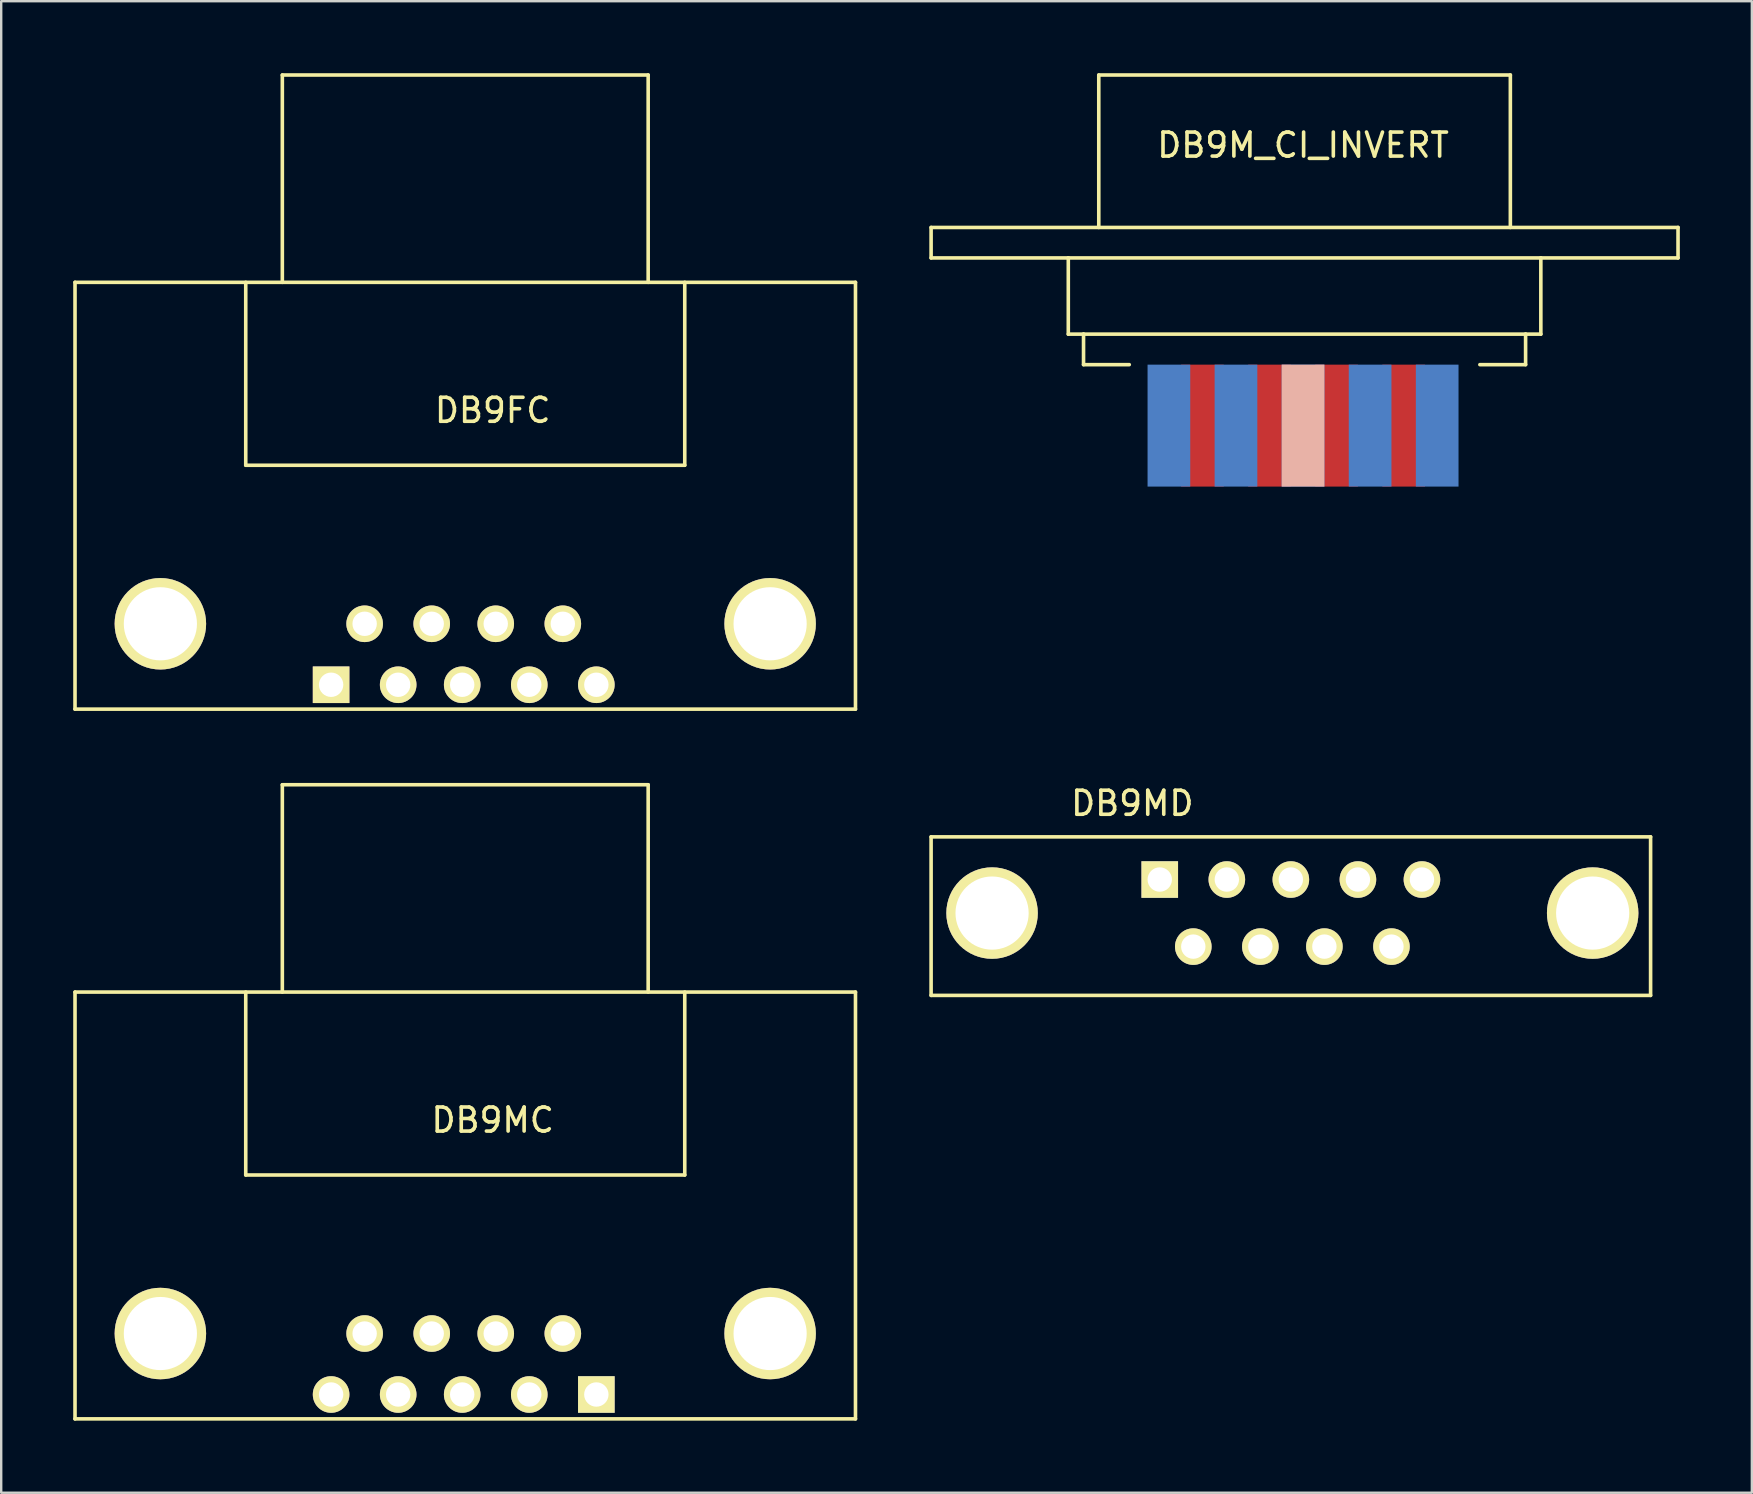
<source format=kicad_pcb>
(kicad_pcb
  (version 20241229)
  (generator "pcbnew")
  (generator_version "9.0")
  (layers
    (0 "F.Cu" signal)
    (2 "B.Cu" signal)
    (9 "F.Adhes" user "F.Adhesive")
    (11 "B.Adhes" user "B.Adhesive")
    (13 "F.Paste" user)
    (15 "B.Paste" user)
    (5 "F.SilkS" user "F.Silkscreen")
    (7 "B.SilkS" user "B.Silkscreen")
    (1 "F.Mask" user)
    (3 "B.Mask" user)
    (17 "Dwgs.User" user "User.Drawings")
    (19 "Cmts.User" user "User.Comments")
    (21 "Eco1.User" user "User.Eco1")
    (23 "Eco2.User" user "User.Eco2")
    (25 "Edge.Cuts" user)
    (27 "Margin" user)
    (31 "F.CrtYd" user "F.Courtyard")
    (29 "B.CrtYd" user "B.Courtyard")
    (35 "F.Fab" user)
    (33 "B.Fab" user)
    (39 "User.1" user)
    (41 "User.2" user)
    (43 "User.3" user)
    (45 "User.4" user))
  (footprint "DB9FC"
    (layer "F.Cu")
    (at 16.204 24.205)
    (property "Reference" "DB9FC" (at 1.27 -10.16 0) (layer "F.SilkS") (effects (font (size 1 1) (thickness 0.15))))
    (attr through_hole)
    (fp_line (start -16.129 -15.494) (end -16.129 2.286) (stroke (width 0.15) (type solid)) (layer "F.SilkS"))
    (fp_line (start -16.129 2.286) (end 16.383 2.286) (stroke (width 0.15) (type solid)) (layer "F.SilkS"))
    (fp_line (start -9.017 -15.494) (end -9.017 -7.874) (stroke (width 0.15) (type solid)) (layer "F.SilkS"))
    (fp_line (start -9.017 -7.874) (end 9.271 -7.874) (stroke (width 0.15) (type solid)) (layer "F.SilkS"))
    (fp_line (start -7.493 -24.13) (end 7.747 -24.13) (stroke (width 0.15) (type solid)) (layer "F.SilkS"))
    (fp_line (start -7.493 -15.494) (end -7.493 -24.13) (stroke (width 0.15) (type solid)) (layer "F.SilkS"))
    (fp_line (start 7.747 -24.13) (end 7.747 -15.494) (stroke (width 0.15) (type solid)) (layer "F.SilkS"))
    (fp_line (start 9.271 -7.874) (end 9.271 -15.494) (stroke (width 0.15) (type solid)) (layer "F.SilkS"))
    (fp_line (start 16.383 -15.494) (end -16.129 -15.494) (stroke (width 0.15) (type solid)) (layer "F.SilkS"))
    (fp_line (start 16.383 2.286) (end 16.383 -15.494) (stroke (width 0.15) (type solid)) (layer "F.SilkS"))
    (pad "" thru_hole circle (at -12.573 -1.27) (size 3.81 3.81) (drill 3.048) (layers "*.Cu" "*.Mask" "F.SilkS"))
    (pad "" thru_hole circle (at 12.827 -1.27) (size 3.81 3.81) (drill 3.048) (layers "*.Cu" "*.Mask" "F.SilkS"))
    (pad "1" thru_hole rect (at -5.461 1.27) (size 1.524 1.524) (drill 1.016) (layers "*.Cu" "*.Mask" "F.SilkS"))
    (pad "2" thru_hole circle (at -2.667 1.27) (size 1.524 1.524) (drill 1.016) (layers "*.Cu" "*.Mask" "F.SilkS"))
    (pad "3" thru_hole circle (at 0 1.27) (size 1.524 1.524) (drill 1.016) (layers "*.Cu" "*.Mask" "F.SilkS"))
    (pad "4" thru_hole circle (at 2.794 1.27) (size 1.524 1.524) (drill 1.016) (layers "*.Cu" "*.Mask" "F.SilkS"))
    (pad "5" thru_hole circle (at 5.588 1.27) (size 1.524 1.524) (drill 1.016) (layers "*.Cu" "*.Mask" "F.SilkS"))
    (pad "6" thru_hole circle (at -4.064 -1.27) (size 1.524 1.524) (drill 1.016) (layers "*.Cu" "*.Mask" "F.SilkS"))
    (pad "7" thru_hole circle (at -1.27 -1.27) (size 1.524 1.524) (drill 1.016) (layers "*.Cu" "*.Mask" "F.SilkS"))
    (pad "8" thru_hole circle (at 1.397 -1.27) (size 1.524 1.524) (drill 1.016) (layers "*.Cu" "*.Mask" "F.SilkS"))
    (pad "9" thru_hole circle (at 4.191 -1.27) (size 1.524 1.524) (drill 1.016) (layers "*.Cu" "*.Mask" "F.SilkS")))
  (footprint "DB9MD"
    (layer "F.Cu")
    (at 50.723 34.986)
    (property "Reference" "DB9MD" (at -6.604 -4.572 0) (layer "F.SilkS") (effects (font (size 1 1) (thickness 0.15))))
    (attr through_hole)
    (fp_line (start -14.986 -3.175) (end -14.986 3.429) (stroke (width 0.15) (type solid)) (layer "F.SilkS"))
    (fp_line (start -14.986 3.429) (end 14.986 3.429) (stroke (width 0.15) (type solid)) (layer "F.SilkS"))
    (fp_line (start 14.986 -3.175) (end -14.986 -3.175) (stroke (width 0.15) (type solid)) (layer "F.SilkS"))
    (fp_line (start 14.986 3.429) (end 14.986 -3.175) (stroke (width 0.15) (type solid)) (layer "F.SilkS"))
    (pad "0" thru_hole circle (at -12.446 0) (size 3.81 3.81) (drill 3.048) (layers "*.Cu" "*.Mask" "F.SilkS"))
    (pad "0" thru_hole circle (at 12.573 0) (size 3.81 3.81) (drill 3.048) (layers "*.Cu" "*.Mask" "F.SilkS"))
    (pad "1" thru_hole rect (at -5.461 -1.397) (size 1.524 1.524) (drill 1.016) (layers "*.Cu" "*.Mask" "F.SilkS"))
    (pad "2" thru_hole circle (at -2.667 -1.397) (size 1.524 1.524) (drill 1.016) (layers "*.Cu" "*.Mask" "F.SilkS"))
    (pad "3" thru_hole circle (at 0 -1.397) (size 1.524 1.524) (drill 1.016) (layers "*.Cu" "*.Mask" "F.SilkS"))
    (pad "4" thru_hole circle (at 2.794 -1.397) (size 1.524 1.524) (drill 1.016) (layers "*.Cu" "*.Mask" "F.SilkS"))
    (pad "5" thru_hole circle (at 5.461 -1.397) (size 1.524 1.524) (drill 1.016) (layers "*.Cu" "*.Mask" "F.SilkS"))
    (pad "6" thru_hole circle (at -4.064 1.397) (size 1.524 1.524) (drill 1.016) (layers "*.Cu" "*.Mask" "F.SilkS"))
    (pad "7" thru_hole circle (at -1.27 1.397) (size 1.524 1.524) (drill 1.016) (layers "*.Cu" "*.Mask" "F.SilkS"))
    (pad "8" thru_hole circle (at 1.397 1.397) (size 1.524 1.524) (drill 1.016) (layers "*.Cu" "*.Mask" "F.SilkS"))
    (pad "9" thru_hole circle (at 4.191 1.397) (size 1.524 1.524) (drill 1.016) (layers "*.Cu" "*.Mask" "F.SilkS")))
  (footprint "DB9M_CI_INVERT"
    (layer "F.Cu")
    (at 51.231 12.14)
    (property "Reference" "DB9M_CI_INVERT" (at 0 -9.144 0) (layer "F.SilkS") (effects (font (size 1 1) (thickness 0.15))))
    (attr through_hole)
    (fp_line (start -15.494 -5.715) (end 15.621 -5.715) (stroke (width 0.15) (type solid)) (layer "F.SilkS"))
    (fp_line (start -15.494 -4.445) (end -15.494 -5.715) (stroke (width 0.15) (type solid)) (layer "F.SilkS"))
    (fp_line (start -9.779 -4.445) (end -15.494 -4.445) (stroke (width 0.15) (type solid)) (layer "F.SilkS"))
    (fp_line (start -9.779 -1.27) (end -9.779 -4.445) (stroke (width 0.15) (type solid)) (layer "F.SilkS"))
    (fp_line (start -9.144 -1.27) (end -9.779 -1.27) (stroke (width 0.15) (type solid)) (layer "F.SilkS"))
    (fp_line (start -9.144 0) (end -9.144 -1.27) (stroke (width 0.15) (type solid)) (layer "F.SilkS"))
    (fp_line (start -8.509 -12.065) (end 8.636 -12.065) (stroke (width 0.15) (type solid)) (layer "F.SilkS"))
    (fp_line (start -8.509 -5.715) (end -8.509 -12.065) (stroke (width 0.15) (type solid)) (layer "F.SilkS"))
    (fp_line (start -7.239 0) (end -9.144 0) (stroke (width 0.15) (type solid)) (layer "F.SilkS"))
    (fp_line (start 7.366 0) (end 9.271 0) (stroke (width 0.15) (type solid)) (layer "F.SilkS"))
    (fp_line (start 8.636 -5.715) (end 8.636 -12.065) (stroke (width 0.15) (type solid)) (layer "F.SilkS"))
    (fp_line (start 9.271 -1.27) (end -9.144 -1.27) (stroke (width 0.15) (type solid)) (layer "F.SilkS"))
    (fp_line (start 9.271 0) (end 9.271 -1.27) (stroke (width 0.15) (type solid)) (layer "F.SilkS"))
    (fp_line (start 9.906 -4.445) (end -9.779 -4.445) (stroke (width 0.15) (type solid)) (layer "F.SilkS"))
    (fp_line (start 9.906 -1.27) (end 9.271 -1.27) (stroke (width 0.15) (type solid)) (layer "F.SilkS"))
    (fp_line (start 9.906 -1.27) (end 9.906 -4.445) (stroke (width 0.15) (type solid)) (layer "F.SilkS"))
    (fp_line (start 15.621 -4.445) (end 9.906 -4.445) (stroke (width 0.15) (type solid)) (layer "F.SilkS"))
    (fp_line (start 15.621 -4.445) (end 15.621 -5.715) (stroke (width 0.15) (type solid)) (layer "F.SilkS"))
    (pad "1" connect rect (at -5.588 2.54) (size 1.778 5.08) (layers "F.Mask" "B.Cu"))
    (pad "2" connect rect (at -2.794 2.54) (size 1.778 5.08) (layers "B.Cu" "B.Mask"))
    (pad "3" connect rect (at 0 2.54) (size 1.778 5.08) (layers "B.Cu" "B.SilkS"))
    (pad "4" connect rect (at 2.794 2.54) (size 1.778 5.08) (layers "B.Cu" "B.Mask"))
    (pad "5" connect rect (at 5.588 2.54) (size 1.778 5.08) (layers "B.Cu" "B.Mask"))
    (pad "6" connect rect (at -4.191 2.54) (size 1.778 5.08) (layers "F.Cu" "F.Mask"))
    (pad "7" connect rect (at -1.397 2.54) (size 1.778 5.08) (layers "F.Cu" "F.Mask"))
    (pad "8" connect rect (at 1.397 2.54) (size 1.778 5.08) (layers "F.Cu" "F.Mask"))
    (pad "9" connect rect (at 4.191 2.54) (size 1.778 5.08) (layers "F.Cu" "F.Mask")))
  (footprint "DB9MC"
    (layer "F.Cu")
    (at 16.204 53.771)
    (property "Reference" "DB9MC" (at 1.27 -10.16 0) (layer "F.SilkS") (effects (font (size 1 1) (thickness 0.15))))
    (attr through_hole)
    (fp_line (start -16.129 -15.494) (end -16.129 2.286) (stroke (width 0.15) (type solid)) (layer "F.SilkS"))
    (fp_line (start -16.129 2.286) (end 16.383 2.286) (stroke (width 0.15) (type solid)) (layer "F.SilkS"))
    (fp_line (start -9.017 -15.494) (end -9.017 -7.874) (stroke (width 0.15) (type solid)) (layer "F.SilkS"))
    (fp_line (start -9.017 -7.874) (end 9.271 -7.874) (stroke (width 0.15) (type solid)) (layer "F.SilkS"))
    (fp_line (start -7.493 -24.13) (end 7.747 -24.13) (stroke (width 0.15) (type solid)) (layer "F.SilkS"))
    (fp_line (start -7.493 -15.494) (end -7.493 -24.13) (stroke (width 0.15) (type solid)) (layer "F.SilkS"))
    (fp_line (start 7.747 -24.13) (end 7.747 -15.494) (stroke (width 0.15) (type solid)) (layer "F.SilkS"))
    (fp_line (start 9.271 -7.874) (end 9.271 -15.494) (stroke (width 0.15) (type solid)) (layer "F.SilkS"))
    (fp_line (start 16.383 -15.494) (end -16.129 -15.494) (stroke (width 0.15) (type solid)) (layer "F.SilkS"))
    (fp_line (start 16.383 2.286) (end 16.383 -15.494) (stroke (width 0.15) (type solid)) (layer "F.SilkS"))
    (pad "" thru_hole circle (at -12.573 -1.27) (size 3.81 3.81) (drill 3.048) (layers "*.Cu" "*.Mask" "F.SilkS"))
    (pad "" thru_hole circle (at 12.827 -1.27) (size 3.81 3.81) (drill 3.048) (layers "*.Cu" "*.Mask" "F.SilkS"))
    (pad "1" thru_hole rect (at 5.588 1.27) (size 1.524 1.524) (drill 1.016) (layers "*.Cu" "*.Mask" "F.SilkS"))
    (pad "2" thru_hole circle (at 2.794 1.27) (size 1.524 1.524) (drill 1.016) (layers "*.Cu" "*.Mask" "F.SilkS"))
    (pad "3" thru_hole circle (at 0 1.27) (size 1.524 1.524) (drill 1.016) (layers "*.Cu" "*.Mask" "F.SilkS"))
    (pad "4" thru_hole circle (at -2.667 1.27) (size 1.524 1.524) (drill 1.016) (layers "*.Cu" "*.Mask" "F.SilkS"))
    (pad "5" thru_hole circle (at -5.461 1.27) (size 1.524 1.524) (drill 1.016) (layers "*.Cu" "*.Mask" "F.SilkS"))
    (pad "6" thru_hole circle (at 4.191 -1.27) (size 1.524 1.524) (drill 1.016) (layers "*.Cu" "*.Mask" "F.SilkS"))
    (pad "7" thru_hole circle (at 1.397 -1.27) (size 1.524 1.524) (drill 1.016) (layers "*.Cu" "*.Mask" "F.SilkS"))
    (pad "8" thru_hole circle (at -1.27 -1.27) (size 1.524 1.524) (drill 1.016) (layers "*.Cu" "*.Mask" "F.SilkS"))
    (pad "9" thru_hole circle (at -4.064 -1.27) (size 1.524 1.524) (drill 1.016) (layers "*.Cu" "*.Mask" "F.SilkS")))
  (gr_rect
    (start -3 -3)
    (end 69.927 59.132)
    (stroke (width 0.1) (type default))
    (fill no)
    (layer "Edge.Cuts")))
</source>
